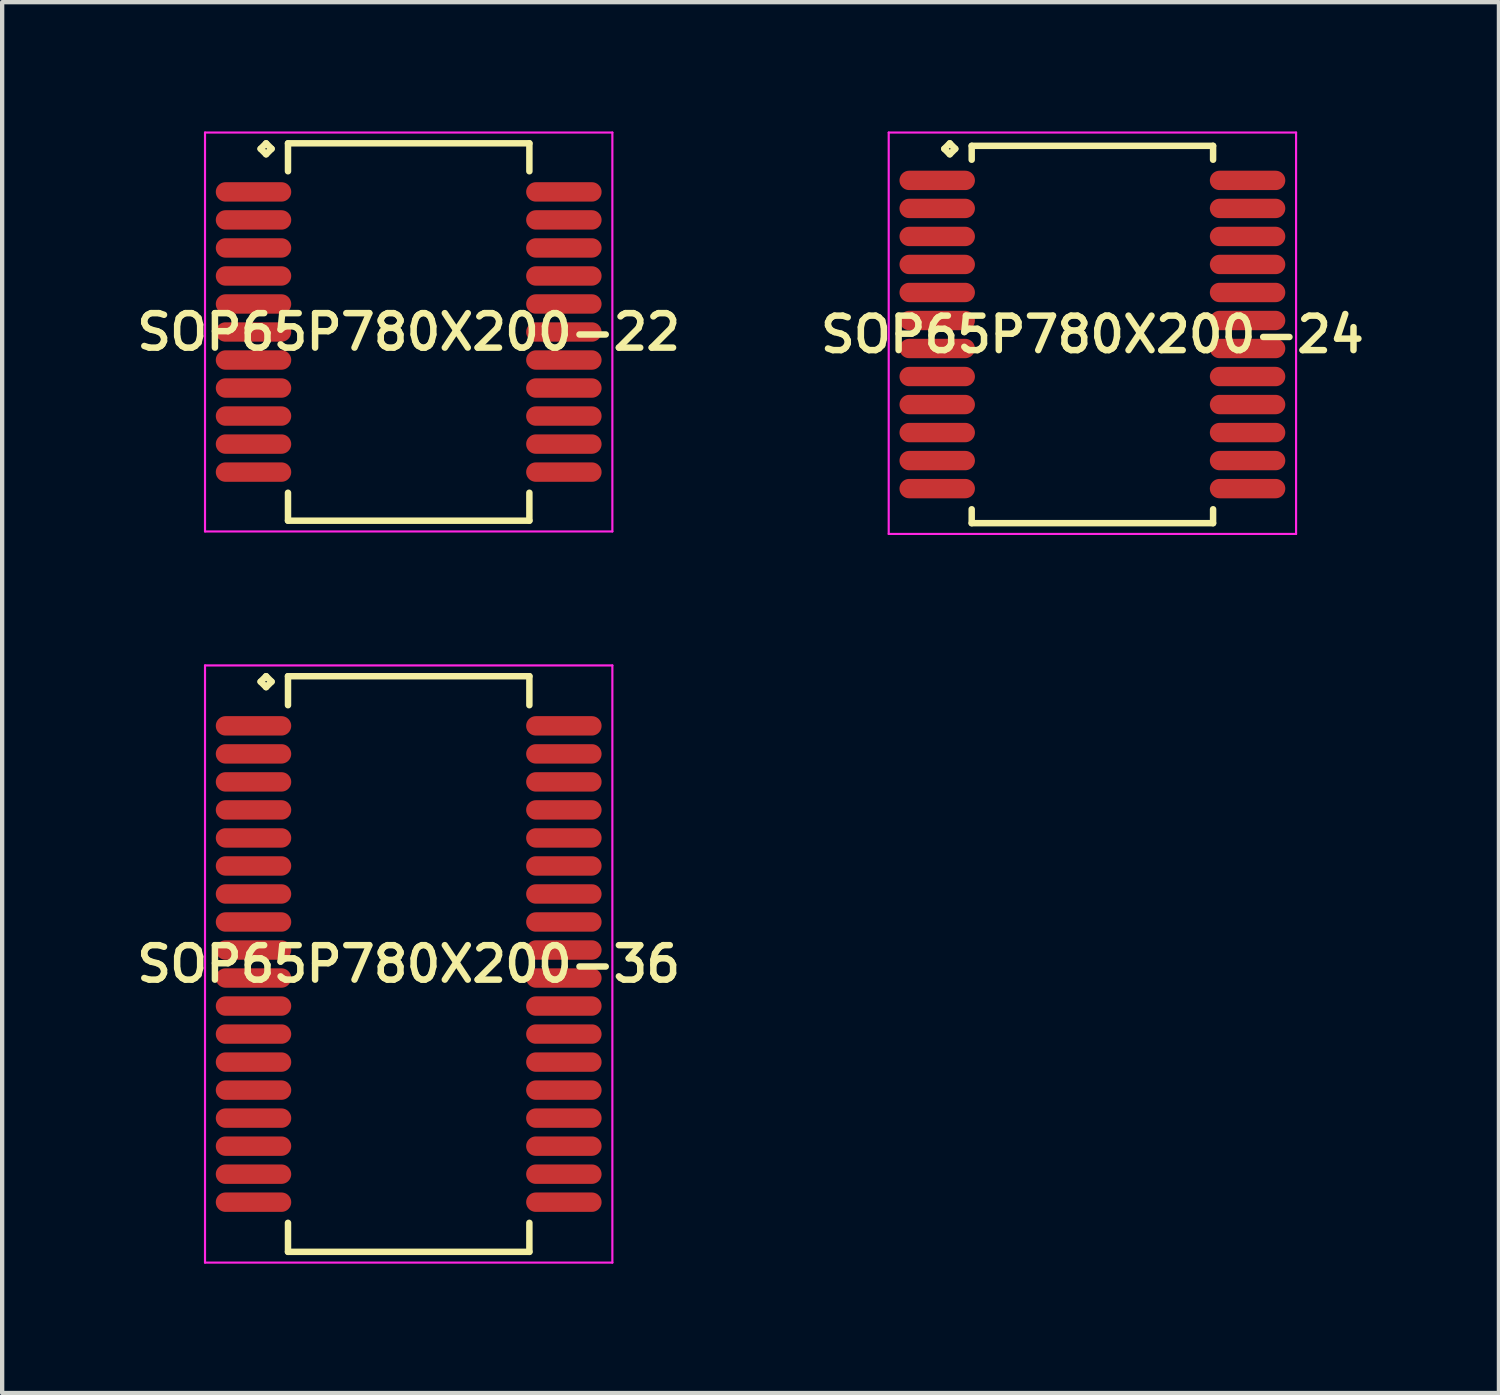
<source format=kicad_pcb>
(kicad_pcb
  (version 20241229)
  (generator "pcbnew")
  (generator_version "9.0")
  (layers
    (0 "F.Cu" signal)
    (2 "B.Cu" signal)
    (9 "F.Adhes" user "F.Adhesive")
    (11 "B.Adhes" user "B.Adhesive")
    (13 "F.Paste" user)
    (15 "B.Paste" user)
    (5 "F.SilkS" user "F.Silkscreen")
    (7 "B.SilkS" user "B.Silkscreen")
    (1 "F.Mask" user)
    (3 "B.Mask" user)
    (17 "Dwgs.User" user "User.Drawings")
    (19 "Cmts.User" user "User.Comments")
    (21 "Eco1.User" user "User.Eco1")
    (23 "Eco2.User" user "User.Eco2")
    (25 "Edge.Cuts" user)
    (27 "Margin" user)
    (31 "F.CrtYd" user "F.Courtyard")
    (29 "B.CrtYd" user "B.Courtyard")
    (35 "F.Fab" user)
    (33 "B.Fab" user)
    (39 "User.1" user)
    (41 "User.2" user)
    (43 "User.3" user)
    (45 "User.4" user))
  (footprint "SOP65P780X200-24"
    (layer "F.Cu")
    (at 22.292 4.71)
    (property "Reference" "SOP65P780X200-24" (at 0 0 0) (layer "F.SilkS") (effects (font (size 0.8 0.8) (thickness 0.15))))
    (attr smd)
    (fp_line (start -3.435 -4.308) (end -3.308 -4.435) (stroke (width 0.15) (type solid)) (layer "F.SilkS"))
    (fp_line (start -3.308 -4.435) (end -3.181 -4.308) (stroke (width 0.15) (type solid)) (layer "F.SilkS"))
    (fp_line (start -3.308 -4.181) (end -3.435 -4.308) (stroke (width 0.15) (type solid)) (layer "F.SilkS"))
    (fp_line (start -3.181 -4.308) (end -3.308 -4.181) (stroke (width 0.15) (type solid)) (layer "F.SilkS"))
    (fp_line (start -2.8 -4.377) (end 2.8 -4.377) (stroke (width 0.15) (type solid)) (layer "F.SilkS"))
    (fp_line (start -2.8 -4.054) (end -2.8 -4.377) (stroke (width 0.15) (type solid)) (layer "F.SilkS"))
    (fp_line (start -2.8 4.054) (end -2.8 4.377) (stroke (width 0.15) (type solid)) (layer "F.SilkS"))
    (fp_line (start -2.8 4.377) (end 2.8 4.377) (stroke (width 0.15) (type solid)) (layer "F.SilkS"))
    (fp_line (start 2.8 -4.377) (end 2.8 -4.054) (stroke (width 0.15) (type solid)) (layer "F.SilkS"))
    (fp_line (start 2.8 4.377) (end 2.8 4.054) (stroke (width 0.15) (type solid)) (layer "F.SilkS"))
    (fp_line (start -4.725 -4.685) (end 4.725 -4.685) (stroke (width 0.05) (type solid)) (layer "F.CrtYd"))
    (fp_line (start -4.725 4.627) (end -4.725 -4.685) (stroke (width 0.05) (type solid)) (layer "F.CrtYd"))
    (fp_line (start 4.725 -4.685) (end 4.725 4.627) (stroke (width 0.05) (type solid)) (layer "F.CrtYd"))
    (fp_line (start 4.725 4.627) (end -4.725 4.627) (stroke (width 0.05) (type solid)) (layer "F.CrtYd"))
    (pad "1" smd oval (at -3.6 -3.575) (size 1.75 0.45) (layers "F.Cu" "F.Mask" "F.Paste"))
    (pad "2" smd oval (at -3.6 -2.925) (size 1.75 0.45) (layers "F.Cu" "F.Mask" "F.Paste"))
    (pad "3" smd oval (at -3.6 -2.275) (size 1.75 0.45) (layers "F.Cu" "F.Mask" "F.Paste"))
    (pad "4" smd oval (at -3.6 -1.625) (size 1.75 0.45) (layers "F.Cu" "F.Mask" "F.Paste"))
    (pad "5" smd oval (at -3.6 -0.975) (size 1.75 0.45) (layers "F.Cu" "F.Mask" "F.Paste"))
    (pad "6" smd oval (at -3.6 -0.325) (size 1.75 0.45) (layers "F.Cu" "F.Mask" "F.Paste"))
    (pad "7" smd oval (at -3.6 0.325) (size 1.75 0.45) (layers "F.Cu" "F.Mask" "F.Paste"))
    (pad "8" smd oval (at -3.6 0.975) (size 1.75 0.45) (layers "F.Cu" "F.Mask" "F.Paste"))
    (pad "9" smd oval (at -3.6 1.625) (size 1.75 0.45) (layers "F.Cu" "F.Mask" "F.Paste"))
    (pad "10" smd oval (at -3.6 2.275) (size 1.75 0.45) (layers "F.Cu" "F.Mask" "F.Paste"))
    (pad "11" smd oval (at -3.6 2.925) (size 1.75 0.45) (layers "F.Cu" "F.Mask" "F.Paste"))
    (pad "12" smd oval (at -3.6 3.575) (size 1.75 0.45) (layers "F.Cu" "F.Mask" "F.Paste"))
    (pad "13" smd oval (at 3.6 3.575) (size 1.75 0.45) (layers "F.Cu" "F.Mask" "F.Paste"))
    (pad "14" smd oval (at 3.6 2.925) (size 1.75 0.45) (layers "F.Cu" "F.Mask" "F.Paste"))
    (pad "15" smd oval (at 3.6 2.275) (size 1.75 0.45) (layers "F.Cu" "F.Mask" "F.Paste"))
    (pad "16" smd oval (at 3.6 1.625) (size 1.75 0.45) (layers "F.Cu" "F.Mask" "F.Paste"))
    (pad "17" smd oval (at 3.6 0.975) (size 1.75 0.45) (layers "F.Cu" "F.Mask" "F.Paste"))
    (pad "18" smd oval (at 3.6 0.325) (size 1.75 0.45) (layers "F.Cu" "F.Mask" "F.Paste"))
    (pad "19" smd oval (at 3.6 -0.325) (size 1.75 0.45) (layers "F.Cu" "F.Mask" "F.Paste"))
    (pad "20" smd oval (at 3.6 -0.975) (size 1.75 0.45) (layers "F.Cu" "F.Mask" "F.Paste"))
    (pad "21" smd oval (at 3.6 -1.625) (size 1.75 0.45) (layers "F.Cu" "F.Mask" "F.Paste"))
    (pad "22" smd oval (at 3.6 -2.275) (size 1.75 0.45) (layers "F.Cu" "F.Mask" "F.Paste"))
    (pad "23" smd oval (at 3.6 -2.925) (size 1.75 0.45) (layers "F.Cu" "F.Mask" "F.Paste"))
    (pad "24" smd oval (at 3.6 -3.575) (size 1.75 0.45) (layers "F.Cu" "F.Mask" "F.Paste")))
  (footprint "SOP65P780X200-36"
    (layer "F.Cu")
    (at 6.431 19.314)
    (property "Reference" "SOP65P780X200-36" (at 0 0 0) (layer "F.SilkS") (effects (font (size 0.8 0.8) (thickness 0.15))))
    (attr smd)
    (fp_line (start -3.435 -6.55) (end -3.308 -6.677) (stroke (width 0.15) (type solid)) (layer "F.SilkS"))
    (fp_line (start -3.308 -6.677) (end -3.181 -6.55) (stroke (width 0.15) (type solid)) (layer "F.SilkS"))
    (fp_line (start -3.308 -6.423) (end -3.435 -6.55) (stroke (width 0.15) (type solid)) (layer "F.SilkS"))
    (fp_line (start -3.181 -6.55) (end -3.308 -6.423) (stroke (width 0.15) (type solid)) (layer "F.SilkS"))
    (fp_line (start -2.8 -6.677) (end 2.8 -6.677) (stroke (width 0.15) (type solid)) (layer "F.SilkS"))
    (fp_line (start -2.8 -6.004) (end -2.8 -6.677) (stroke (width 0.15) (type solid)) (layer "F.SilkS"))
    (fp_line (start -2.8 6.004) (end -2.8 6.677) (stroke (width 0.15) (type solid)) (layer "F.SilkS"))
    (fp_line (start -2.8 6.677) (end 2.8 6.677) (stroke (width 0.15) (type solid)) (layer "F.SilkS"))
    (fp_line (start 2.8 -6.677) (end 2.8 -6.004) (stroke (width 0.15) (type solid)) (layer "F.SilkS"))
    (fp_line (start 2.8 6.677) (end 2.8 6.004) (stroke (width 0.15) (type solid)) (layer "F.SilkS"))
    (fp_line (start -4.725 -6.927) (end 4.725 -6.927) (stroke (width 0.05) (type solid)) (layer "F.CrtYd"))
    (fp_line (start -4.725 6.927) (end -4.725 -6.927) (stroke (width 0.05) (type solid)) (layer "F.CrtYd"))
    (fp_line (start 4.725 -6.927) (end 4.725 6.927) (stroke (width 0.05) (type solid)) (layer "F.CrtYd"))
    (fp_line (start 4.725 6.927) (end -4.725 6.927) (stroke (width 0.05) (type solid)) (layer "F.CrtYd"))
    (pad "1" smd oval (at -3.6 -5.525) (size 1.75 0.45) (layers "F.Cu" "F.Mask" "F.Paste"))
    (pad "2" smd oval (at -3.6 -4.875) (size 1.75 0.45) (layers "F.Cu" "F.Mask" "F.Paste"))
    (pad "3" smd oval (at -3.6 -4.225) (size 1.75 0.45) (layers "F.Cu" "F.Mask" "F.Paste"))
    (pad "4" smd oval (at -3.6 -3.575) (size 1.75 0.45) (layers "F.Cu" "F.Mask" "F.Paste"))
    (pad "5" smd oval (at -3.6 -2.925) (size 1.75 0.45) (layers "F.Cu" "F.Mask" "F.Paste"))
    (pad "6" smd oval (at -3.6 -2.275) (size 1.75 0.45) (layers "F.Cu" "F.Mask" "F.Paste"))
    (pad "7" smd oval (at -3.6 -1.625) (size 1.75 0.45) (layers "F.Cu" "F.Mask" "F.Paste"))
    (pad "8" smd oval (at -3.6 -0.975) (size 1.75 0.45) (layers "F.Cu" "F.Mask" "F.Paste"))
    (pad "9" smd oval (at -3.6 -0.325) (size 1.75 0.45) (layers "F.Cu" "F.Mask" "F.Paste"))
    (pad "10" smd oval (at -3.6 0.325) (size 1.75 0.45) (layers "F.Cu" "F.Mask" "F.Paste"))
    (pad "11" smd oval (at -3.6 0.975) (size 1.75 0.45) (layers "F.Cu" "F.Mask" "F.Paste"))
    (pad "12" smd oval (at -3.6 1.625) (size 1.75 0.45) (layers "F.Cu" "F.Mask" "F.Paste"))
    (pad "13" smd oval (at -3.6 2.275) (size 1.75 0.45) (layers "F.Cu" "F.Mask" "F.Paste"))
    (pad "14" smd oval (at -3.6 2.925) (size 1.75 0.45) (layers "F.Cu" "F.Mask" "F.Paste"))
    (pad "15" smd oval (at -3.6 3.575) (size 1.75 0.45) (layers "F.Cu" "F.Mask" "F.Paste"))
    (pad "16" smd oval (at -3.6 4.225) (size 1.75 0.45) (layers "F.Cu" "F.Mask" "F.Paste"))
    (pad "17" smd oval (at -3.6 4.875) (size 1.75 0.45) (layers "F.Cu" "F.Mask" "F.Paste"))
    (pad "18" smd oval (at -3.6 5.525) (size 1.75 0.45) (layers "F.Cu" "F.Mask" "F.Paste"))
    (pad "19" smd oval (at 3.6 5.525) (size 1.75 0.45) (layers "F.Cu" "F.Mask" "F.Paste"))
    (pad "20" smd oval (at 3.6 4.875) (size 1.75 0.45) (layers "F.Cu" "F.Mask" "F.Paste"))
    (pad "21" smd oval (at 3.6 4.225) (size 1.75 0.45) (layers "F.Cu" "F.Mask" "F.Paste"))
    (pad "22" smd oval (at 3.6 3.575) (size 1.75 0.45) (layers "F.Cu" "F.Mask" "F.Paste"))
    (pad "23" smd oval (at 3.6 2.925) (size 1.75 0.45) (layers "F.Cu" "F.Mask" "F.Paste"))
    (pad "24" smd oval (at 3.6 2.275) (size 1.75 0.45) (layers "F.Cu" "F.Mask" "F.Paste"))
    (pad "25" smd oval (at 3.6 1.625) (size 1.75 0.45) (layers "F.Cu" "F.Mask" "F.Paste"))
    (pad "26" smd oval (at 3.6 0.975) (size 1.75 0.45) (layers "F.Cu" "F.Mask" "F.Paste"))
    (pad "27" smd oval (at 3.6 0.325) (size 1.75 0.45) (layers "F.Cu" "F.Mask" "F.Paste"))
    (pad "28" smd oval (at 3.6 -0.325) (size 1.75 0.45) (layers "F.Cu" "F.Mask" "F.Paste"))
    (pad "29" smd oval (at 3.6 -0.975) (size 1.75 0.45) (layers "F.Cu" "F.Mask" "F.Paste"))
    (pad "30" smd oval (at 3.6 -1.625) (size 1.75 0.45) (layers "F.Cu" "F.Mask" "F.Paste"))
    (pad "31" smd oval (at 3.6 -2.275) (size 1.75 0.45) (layers "F.Cu" "F.Mask" "F.Paste"))
    (pad "32" smd oval (at 3.6 -2.925) (size 1.75 0.45) (layers "F.Cu" "F.Mask" "F.Paste"))
    (pad "33" smd oval (at 3.6 -3.575) (size 1.75 0.45) (layers "F.Cu" "F.Mask" "F.Paste"))
    (pad "34" smd oval (at 3.6 -4.225) (size 1.75 0.45) (layers "F.Cu" "F.Mask" "F.Paste"))
    (pad "35" smd oval (at 3.6 -4.875) (size 1.75 0.45) (layers "F.Cu" "F.Mask" "F.Paste"))
    (pad "36" smd oval (at 3.6 -5.525) (size 1.75 0.45) (layers "F.Cu" "F.Mask" "F.Paste")))
  (footprint "SOP65P780X200-22"
    (layer "F.Cu")
    (at 6.431 4.652)
    (property "Reference" "SOP65P780X200-22" (at 0 0 0) (layer "F.SilkS") (effects (font (size 0.8 0.8) (thickness 0.15))))
    (attr smd)
    (fp_line (start -3.435 -4.25) (end -3.308 -4.377) (stroke (width 0.15) (type solid)) (layer "F.SilkS"))
    (fp_line (start -3.308 -4.377) (end -3.181 -4.25) (stroke (width 0.15) (type solid)) (layer "F.SilkS"))
    (fp_line (start -3.308 -4.123) (end -3.435 -4.25) (stroke (width 0.15) (type solid)) (layer "F.SilkS"))
    (fp_line (start -3.181 -4.25) (end -3.308 -4.123) (stroke (width 0.15) (type solid)) (layer "F.SilkS"))
    (fp_line (start -2.8 -4.377) (end 2.8 -4.377) (stroke (width 0.15) (type solid)) (layer "F.SilkS"))
    (fp_line (start -2.8 -3.729) (end -2.8 -4.377) (stroke (width 0.15) (type solid)) (layer "F.SilkS"))
    (fp_line (start -2.8 3.729) (end -2.8 4.377) (stroke (width 0.15) (type solid)) (layer "F.SilkS"))
    (fp_line (start -2.8 4.377) (end 2.8 4.377) (stroke (width 0.15) (type solid)) (layer "F.SilkS"))
    (fp_line (start 2.8 -4.377) (end 2.8 -3.729) (stroke (width 0.15) (type solid)) (layer "F.SilkS"))
    (fp_line (start 2.8 4.377) (end 2.8 3.729) (stroke (width 0.15) (type solid)) (layer "F.SilkS"))
    (fp_line (start -4.725 -4.627) (end 4.725 -4.627) (stroke (width 0.05) (type solid)) (layer "F.CrtYd"))
    (fp_line (start -4.725 4.627) (end -4.725 -4.627) (stroke (width 0.05) (type solid)) (layer "F.CrtYd"))
    (fp_line (start 4.725 -4.627) (end 4.725 4.627) (stroke (width 0.05) (type solid)) (layer "F.CrtYd"))
    (fp_line (start 4.725 4.627) (end -4.725 4.627) (stroke (width 0.05) (type solid)) (layer "F.CrtYd"))
    (pad "1" smd oval (at -3.6 -3.25) (size 1.75 0.45) (layers "F.Cu" "F.Mask" "F.Paste"))
    (pad "2" smd oval (at -3.6 -2.6) (size 1.75 0.45) (layers "F.Cu" "F.Mask" "F.Paste"))
    (pad "3" smd oval (at -3.6 -1.95) (size 1.75 0.45) (layers "F.Cu" "F.Mask" "F.Paste"))
    (pad "4" smd oval (at -3.6 -1.3) (size 1.75 0.45) (layers "F.Cu" "F.Mask" "F.Paste"))
    (pad "5" smd oval (at -3.6 -0.65) (size 1.75 0.45) (layers "F.Cu" "F.Mask" "F.Paste"))
    (pad "6" smd oval (at -3.6 0) (size 1.75 0.45) (layers "F.Cu" "F.Mask" "F.Paste"))
    (pad "7" smd oval (at -3.6 0.65) (size 1.75 0.45) (layers "F.Cu" "F.Mask" "F.Paste"))
    (pad "8" smd oval (at -3.6 1.3) (size 1.75 0.45) (layers "F.Cu" "F.Mask" "F.Paste"))
    (pad "9" smd oval (at -3.6 1.95) (size 1.75 0.45) (layers "F.Cu" "F.Mask" "F.Paste"))
    (pad "10" smd oval (at -3.6 2.6) (size 1.75 0.45) (layers "F.Cu" "F.Mask" "F.Paste"))
    (pad "11" smd oval (at -3.6 3.25) (size 1.75 0.45) (layers "F.Cu" "F.Mask" "F.Paste"))
    (pad "12" smd oval (at 3.6 3.25) (size 1.75 0.45) (layers "F.Cu" "F.Mask" "F.Paste"))
    (pad "13" smd oval (at 3.6 2.6) (size 1.75 0.45) (layers "F.Cu" "F.Mask" "F.Paste"))
    (pad "14" smd oval (at 3.6 1.95) (size 1.75 0.45) (layers "F.Cu" "F.Mask" "F.Paste"))
    (pad "15" smd oval (at 3.6 1.3) (size 1.75 0.45) (layers "F.Cu" "F.Mask" "F.Paste"))
    (pad "16" smd oval (at 3.6 0.65) (size 1.75 0.45) (layers "F.Cu" "F.Mask" "F.Paste"))
    (pad "17" smd oval (at 3.6 0) (size 1.75 0.45) (layers "F.Cu" "F.Mask" "F.Paste"))
    (pad "18" smd oval (at 3.6 -0.65) (size 1.75 0.45) (layers "F.Cu" "F.Mask" "F.Paste"))
    (pad "19" smd oval (at 3.6 -1.3) (size 1.75 0.45) (layers "F.Cu" "F.Mask" "F.Paste"))
    (pad "20" smd oval (at 3.6 -1.95) (size 1.75 0.45) (layers "F.Cu" "F.Mask" "F.Paste"))
    (pad "21" smd oval (at 3.6 -2.6) (size 1.75 0.45) (layers "F.Cu" "F.Mask" "F.Paste"))
    (pad "22" smd oval (at 3.6 -3.25) (size 1.75 0.45) (layers "F.Cu" "F.Mask" "F.Paste")))
  (gr_rect
    (start -3 -3)
    (end 31.723 29.266)
    (stroke (width 0.1) (type default))
    (fill no)
    (layer "Edge.Cuts")))
</source>
